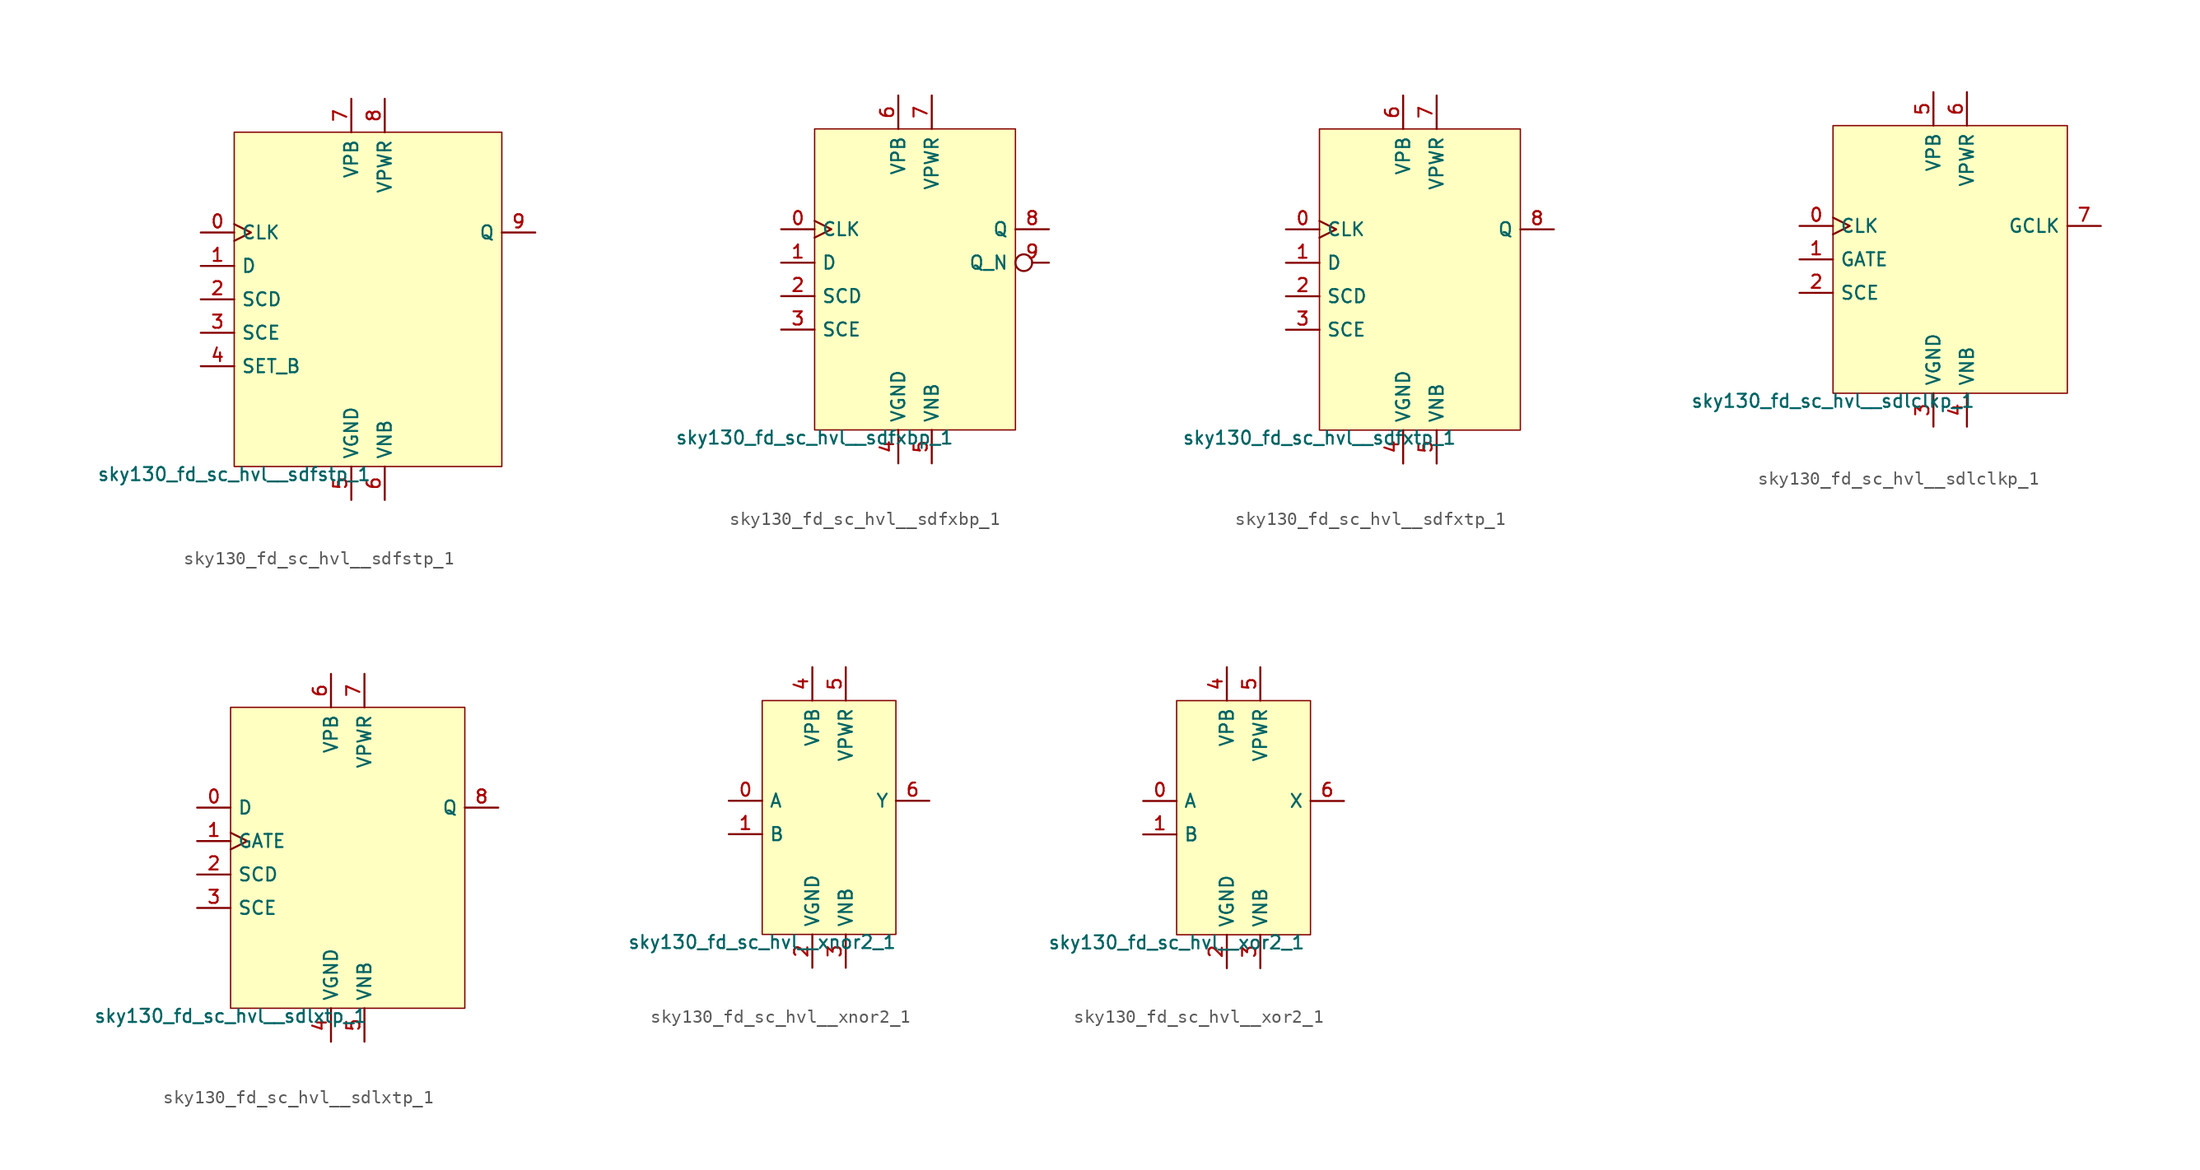
<source format=kicad_sym>
(kicad_symbol_lib
  (version 20211014)
  (generator lef2kicad_sym)
  (symbol "sky130_fd_sc_hvl__sdfstp_1"
    (property "Reference" "X"
      (at 0 0 0)
      (effects (font (size 1 1)) hide))
    (property "Value" "sky130_fd_sc_hvl__sdfstp_1"
      (at -10.16 -12.7 0)
      (effects (font (size 1 1)) (justify top)))
    (rectangle
      (start -10.16 -12.7)
      (end 10.16 12.7)
      (stroke (width 0.1) (type solid) (color 0 0 0 0))
      (fill (type background)))
    (pin input clock
      (at -12.7 5.08 0)
      (length 2.54)
      (name "CLK" (effects (font (size 1 1)) hide))
      (number "0" (effects (font (size 1 1)) hide)))
    (pin input line
      (at -12.7 2.54 0)
      (length 2.54)
      (name "D" (effects (font (size 1 1)) hide))
      (number "1" (effects (font (size 1 1)) hide)))
    (pin input line
      (at -12.7 -8.881784197001252e-16 0)
      (length 2.54)
      (name "SCD" (effects (font (size 1 1)) hide))
      (number "2" (effects (font (size 1 1)) hide)))
    (pin input line
      (at -12.7 -2.54 0)
      (length 2.54)
      (name "SCE" (effects (font (size 1 1)) hide))
      (number "3" (effects (font (size 1 1)) hide)))
    (pin input line
      (at -12.7 -5.08 0)
      (length 2.54)
      (name "SET_B" (effects (font (size 1 1)) hide))
      (number "4" (effects (font (size 1 1)) hide)))
    (pin power_in line
      (at -1.27 -15.24 90)
      (length 2.54)
      (name "VGND" (effects (font (size 1 1)) hide))
      (number "5" (effects (font (size 1 1)) hide)))
    (pin power_in line
      (at 1.27 -15.24 90)
      (length 2.54)
      (name "VNB" (effects (font (size 1 1)) hide))
      (number "6" (effects (font (size 1 1)) hide)))
    (pin power_in line
      (at -1.27 15.24 270)
      (length 2.54)
      (name "VPB" (effects (font (size 1 1)) hide))
      (number "7" (effects (font (size 1 1)) hide)))
    (pin power_in line
      (at 1.27 15.24 270)
      (length 2.54)
      (name "VPWR" (effects (font (size 1 1)) hide))
      (number "8" (effects (font (size 1 1)) hide)))
    (pin output line
      (at 12.7 5.08 180)
      (length 2.54)
      (name "Q" (effects (font (size 1 1)) hide))
      (number "9" (effects (font (size 1 1)) hide))))
  (symbol "sky130_fd_sc_hvl__sdfxbp_1"
    (property "Reference" "X"
      (at 0 0 0)
      (effects (font (size 1 1)) hide))
    (property "Value" "sky130_fd_sc_hvl__sdfxbp_1"
      (at -7.62 -11.43 0)
      (effects (font (size 1 1)) (justify top)))
    (rectangle
      (start -7.62 -11.43)
      (end 7.62 11.43)
      (stroke (width 0.1) (type solid) (color 0 0 0 0))
      (fill (type background)))
    (pin input clock
      (at -10.16 3.81 0)
      (length 2.54)
      (name "CLK" (effects (font (size 1 1)) hide))
      (number "0" (effects (font (size 1 1)) hide)))
    (pin input line
      (at -10.16 1.27 0)
      (length 2.54)
      (name "D" (effects (font (size 1 1)) hide))
      (number "1" (effects (font (size 1 1)) hide)))
    (pin input line
      (at -10.16 -1.27 0)
      (length 2.54)
      (name "SCD" (effects (font (size 1 1)) hide))
      (number "2" (effects (font (size 1 1)) hide)))
    (pin input line
      (at -10.16 -3.81 0)
      (length 2.54)
      (name "SCE" (effects (font (size 1 1)) hide))
      (number "3" (effects (font (size 1 1)) hide)))
    (pin power_in line
      (at -1.27 -13.97 90)
      (length 2.54)
      (name "VGND" (effects (font (size 1 1)) hide))
      (number "4" (effects (font (size 1 1)) hide)))
    (pin power_in line
      (at 1.27 -13.97 90)
      (length 2.54)
      (name "VNB" (effects (font (size 1 1)) hide))
      (number "5" (effects (font (size 1 1)) hide)))
    (pin power_in line
      (at -1.27 13.97 270)
      (length 2.54)
      (name "VPB" (effects (font (size 1 1)) hide))
      (number "6" (effects (font (size 1 1)) hide)))
    (pin power_in line
      (at 1.27 13.97 270)
      (length 2.54)
      (name "VPWR" (effects (font (size 1 1)) hide))
      (number "7" (effects (font (size 1 1)) hide)))
    (pin output line
      (at 10.16 3.81 180)
      (length 2.54)
      (name "Q" (effects (font (size 1 1)) hide))
      (number "8" (effects (font (size 1 1)) hide)))
    (pin output inverted
      (at 10.16 1.27 180)
      (length 2.54)
      (name "Q_N" (effects (font (size 1 1)) hide))
      (number "9" (effects (font (size 1 1)) hide))))
  (symbol "sky130_fd_sc_hvl__sdfxtp_1"
    (property "Reference" "X"
      (at 0 0 0)
      (effects (font (size 1 1)) hide))
    (property "Value" "sky130_fd_sc_hvl__sdfxtp_1"
      (at -7.62 -11.43 0)
      (effects (font (size 1 1)) (justify top)))
    (rectangle
      (start -7.62 -11.43)
      (end 7.62 11.43)
      (stroke (width 0.1) (type solid) (color 0 0 0 0))
      (fill (type background)))
    (pin input clock
      (at -10.16 3.81 0)
      (length 2.54)
      (name "CLK" (effects (font (size 1 1)) hide))
      (number "0" (effects (font (size 1 1)) hide)))
    (pin input line
      (at -10.16 1.27 0)
      (length 2.54)
      (name "D" (effects (font (size 1 1)) hide))
      (number "1" (effects (font (size 1 1)) hide)))
    (pin input line
      (at -10.16 -1.27 0)
      (length 2.54)
      (name "SCD" (effects (font (size 1 1)) hide))
      (number "2" (effects (font (size 1 1)) hide)))
    (pin input line
      (at -10.16 -3.81 0)
      (length 2.54)
      (name "SCE" (effects (font (size 1 1)) hide))
      (number "3" (effects (font (size 1 1)) hide)))
    (pin power_in line
      (at -1.27 -13.97 90)
      (length 2.54)
      (name "VGND" (effects (font (size 1 1)) hide))
      (number "4" (effects (font (size 1 1)) hide)))
    (pin power_in line
      (at 1.27 -13.97 90)
      (length 2.54)
      (name "VNB" (effects (font (size 1 1)) hide))
      (number "5" (effects (font (size 1 1)) hide)))
    (pin power_in line
      (at -1.27 13.97 270)
      (length 2.54)
      (name "VPB" (effects (font (size 1 1)) hide))
      (number "6" (effects (font (size 1 1)) hide)))
    (pin power_in line
      (at 1.27 13.97 270)
      (length 2.54)
      (name "VPWR" (effects (font (size 1 1)) hide))
      (number "7" (effects (font (size 1 1)) hide)))
    (pin output line
      (at 10.16 3.81 180)
      (length 2.54)
      (name "Q" (effects (font (size 1 1)) hide))
      (number "8" (effects (font (size 1 1)) hide))))
  (symbol "sky130_fd_sc_hvl__sdlclkp_1"
    (property "Reference" "X"
      (at 0 0 0)
      (effects (font (size 1 1)) hide))
    (property "Value" "sky130_fd_sc_hvl__sdlclkp_1"
      (at -8.89 -10.16 0)
      (effects (font (size 1 1)) (justify top)))
    (rectangle
      (start -8.89 -10.16)
      (end 8.89 10.16)
      (stroke (width 0.1) (type solid) (color 0 0 0 0))
      (fill (type background)))
    (pin input clock
      (at -11.43 2.54 0)
      (length 2.54)
      (name "CLK" (effects (font (size 1 1)) hide))
      (number "0" (effects (font (size 1 1)) hide)))
    (pin input line
      (at -11.43 0.0 0)
      (length 2.54)
      (name "GATE" (effects (font (size 1 1)) hide))
      (number "1" (effects (font (size 1 1)) hide)))
    (pin input line
      (at -11.43 -2.54 0)
      (length 2.54)
      (name "SCE" (effects (font (size 1 1)) hide))
      (number "2" (effects (font (size 1 1)) hide)))
    (pin power_in line
      (at -1.27 -12.7 90)
      (length 2.54)
      (name "VGND" (effects (font (size 1 1)) hide))
      (number "3" (effects (font (size 1 1)) hide)))
    (pin power_in line
      (at 1.27 -12.7 90)
      (length 2.54)
      (name "VNB" (effects (font (size 1 1)) hide))
      (number "4" (effects (font (size 1 1)) hide)))
    (pin power_in line
      (at -1.27 12.7 270)
      (length 2.54)
      (name "VPB" (effects (font (size 1 1)) hide))
      (number "5" (effects (font (size 1 1)) hide)))
    (pin power_in line
      (at 1.27 12.7 270)
      (length 2.54)
      (name "VPWR" (effects (font (size 1 1)) hide))
      (number "6" (effects (font (size 1 1)) hide)))
    (pin output line
      (at 11.43 2.54 180)
      (length 2.54)
      (name "GCLK" (effects (font (size 1 1)) hide))
      (number "7" (effects (font (size 1 1)) hide))))
  (symbol "sky130_fd_sc_hvl__sdlxtp_1"
    (property "Reference" "X"
      (at 0 0 0)
      (effects (font (size 1 1)) hide))
    (property "Value" "sky130_fd_sc_hvl__sdlxtp_1"
      (at -8.89 -11.43 0)
      (effects (font (size 1 1)) (justify top)))
    (rectangle
      (start -8.89 -11.43)
      (end 8.89 11.43)
      (stroke (width 0.1) (type solid) (color 0 0 0 0))
      (fill (type background)))
    (pin input line
      (at -11.43 3.81 0)
      (length 2.54)
      (name "D" (effects (font (size 1 1)) hide))
      (number "0" (effects (font (size 1 1)) hide)))
    (pin input clock
      (at -11.43 1.27 0)
      (length 2.54)
      (name "GATE" (effects (font (size 1 1)) hide))
      (number "1" (effects (font (size 1 1)) hide)))
    (pin input line
      (at -11.43 -1.27 0)
      (length 2.54)
      (name "SCD" (effects (font (size 1 1)) hide))
      (number "2" (effects (font (size 1 1)) hide)))
    (pin input line
      (at -11.43 -3.81 0)
      (length 2.54)
      (name "SCE" (effects (font (size 1 1)) hide))
      (number "3" (effects (font (size 1 1)) hide)))
    (pin power_in line
      (at -1.27 -13.97 90)
      (length 2.54)
      (name "VGND" (effects (font (size 1 1)) hide))
      (number "4" (effects (font (size 1 1)) hide)))
    (pin power_in line
      (at 1.27 -13.97 90)
      (length 2.54)
      (name "VNB" (effects (font (size 1 1)) hide))
      (number "5" (effects (font (size 1 1)) hide)))
    (pin power_in line
      (at -1.27 13.97 270)
      (length 2.54)
      (name "VPB" (effects (font (size 1 1)) hide))
      (number "6" (effects (font (size 1 1)) hide)))
    (pin power_in line
      (at 1.27 13.97 270)
      (length 2.54)
      (name "VPWR" (effects (font (size 1 1)) hide))
      (number "7" (effects (font (size 1 1)) hide)))
    (pin output line
      (at 11.43 3.81 180)
      (length 2.54)
      (name "Q" (effects (font (size 1 1)) hide))
      (number "8" (effects (font (size 1 1)) hide))))
  (symbol "sky130_fd_sc_hvl__xnor2_1"
    (property "Reference" "X"
      (at 0 0 0)
      (effects (font (size 1 1)) hide))
    (property "Value" "sky130_fd_sc_hvl__xnor2_1"
      (at -5.08 -8.89 0)
      (effects (font (size 1 1)) (justify top)))
    (rectangle
      (start -5.08 -8.89)
      (end 5.08 8.89)
      (stroke (width 0.1) (type solid) (color 0 0 0 0))
      (fill (type background)))
    (pin input line
      (at -7.62 1.27 0)
      (length 2.54)
      (name "A" (effects (font (size 1 1)) hide))
      (number "0" (effects (font (size 1 1)) hide)))
    (pin input line
      (at -7.62 -1.27 0)
      (length 2.54)
      (name "B" (effects (font (size 1 1)) hide))
      (number "1" (effects (font (size 1 1)) hide)))
    (pin power_in line
      (at -1.27 -11.43 90)
      (length 2.54)
      (name "VGND" (effects (font (size 1 1)) hide))
      (number "2" (effects (font (size 1 1)) hide)))
    (pin power_in line
      (at 1.27 -11.43 90)
      (length 2.54)
      (name "VNB" (effects (font (size 1 1)) hide))
      (number "3" (effects (font (size 1 1)) hide)))
    (pin power_in line
      (at -1.27 11.43 270)
      (length 2.54)
      (name "VPB" (effects (font (size 1 1)) hide))
      (number "4" (effects (font (size 1 1)) hide)))
    (pin power_in line
      (at 1.27 11.43 270)
      (length 2.54)
      (name "VPWR" (effects (font (size 1 1)) hide))
      (number "5" (effects (font (size 1 1)) hide)))
    (pin output line
      (at 7.62 1.27 180)
      (length 2.54)
      (name "Y" (effects (font (size 1 1)) hide))
      (number "6" (effects (font (size 1 1)) hide))))
  (symbol "sky130_fd_sc_hvl__xor2_1"
    (property "Reference" "X"
      (at 0 0 0)
      (effects (font (size 1 1)) hide))
    (property "Value" "sky130_fd_sc_hvl__xor2_1"
      (at -5.08 -8.89 0)
      (effects (font (size 1 1)) (justify top)))
    (rectangle
      (start -5.08 -8.89)
      (end 5.08 8.89)
      (stroke (width 0.1) (type solid) (color 0 0 0 0))
      (fill (type background)))
    (pin input line
      (at -7.62 1.27 0)
      (length 2.54)
      (name "A" (effects (font (size 1 1)) hide))
      (number "0" (effects (font (size 1 1)) hide)))
    (pin input line
      (at -7.62 -1.27 0)
      (length 2.54)
      (name "B" (effects (font (size 1 1)) hide))
      (number "1" (effects (font (size 1 1)) hide)))
    (pin power_in line
      (at -1.27 -11.43 90)
      (length 2.54)
      (name "VGND" (effects (font (size 1 1)) hide))
      (number "2" (effects (font (size 1 1)) hide)))
    (pin power_in line
      (at 1.27 -11.43 90)
      (length 2.54)
      (name "VNB" (effects (font (size 1 1)) hide))
      (number "3" (effects (font (size 1 1)) hide)))
    (pin power_in line
      (at -1.27 11.43 270)
      (length 2.54)
      (name "VPB" (effects (font (size 1 1)) hide))
      (number "4" (effects (font (size 1 1)) hide)))
    (pin power_in line
      (at 1.27 11.43 270)
      (length 2.54)
      (name "VPWR" (effects (font (size 1 1)) hide))
      (number "5" (effects (font (size 1 1)) hide)))
    (pin output line
      (at 7.62 1.27 180)
      (length 2.54)
      (name "X" (effects (font (size 1 1)) hide))
      (number "6" (effects (font (size 1 1)) hide)))))
</source>
